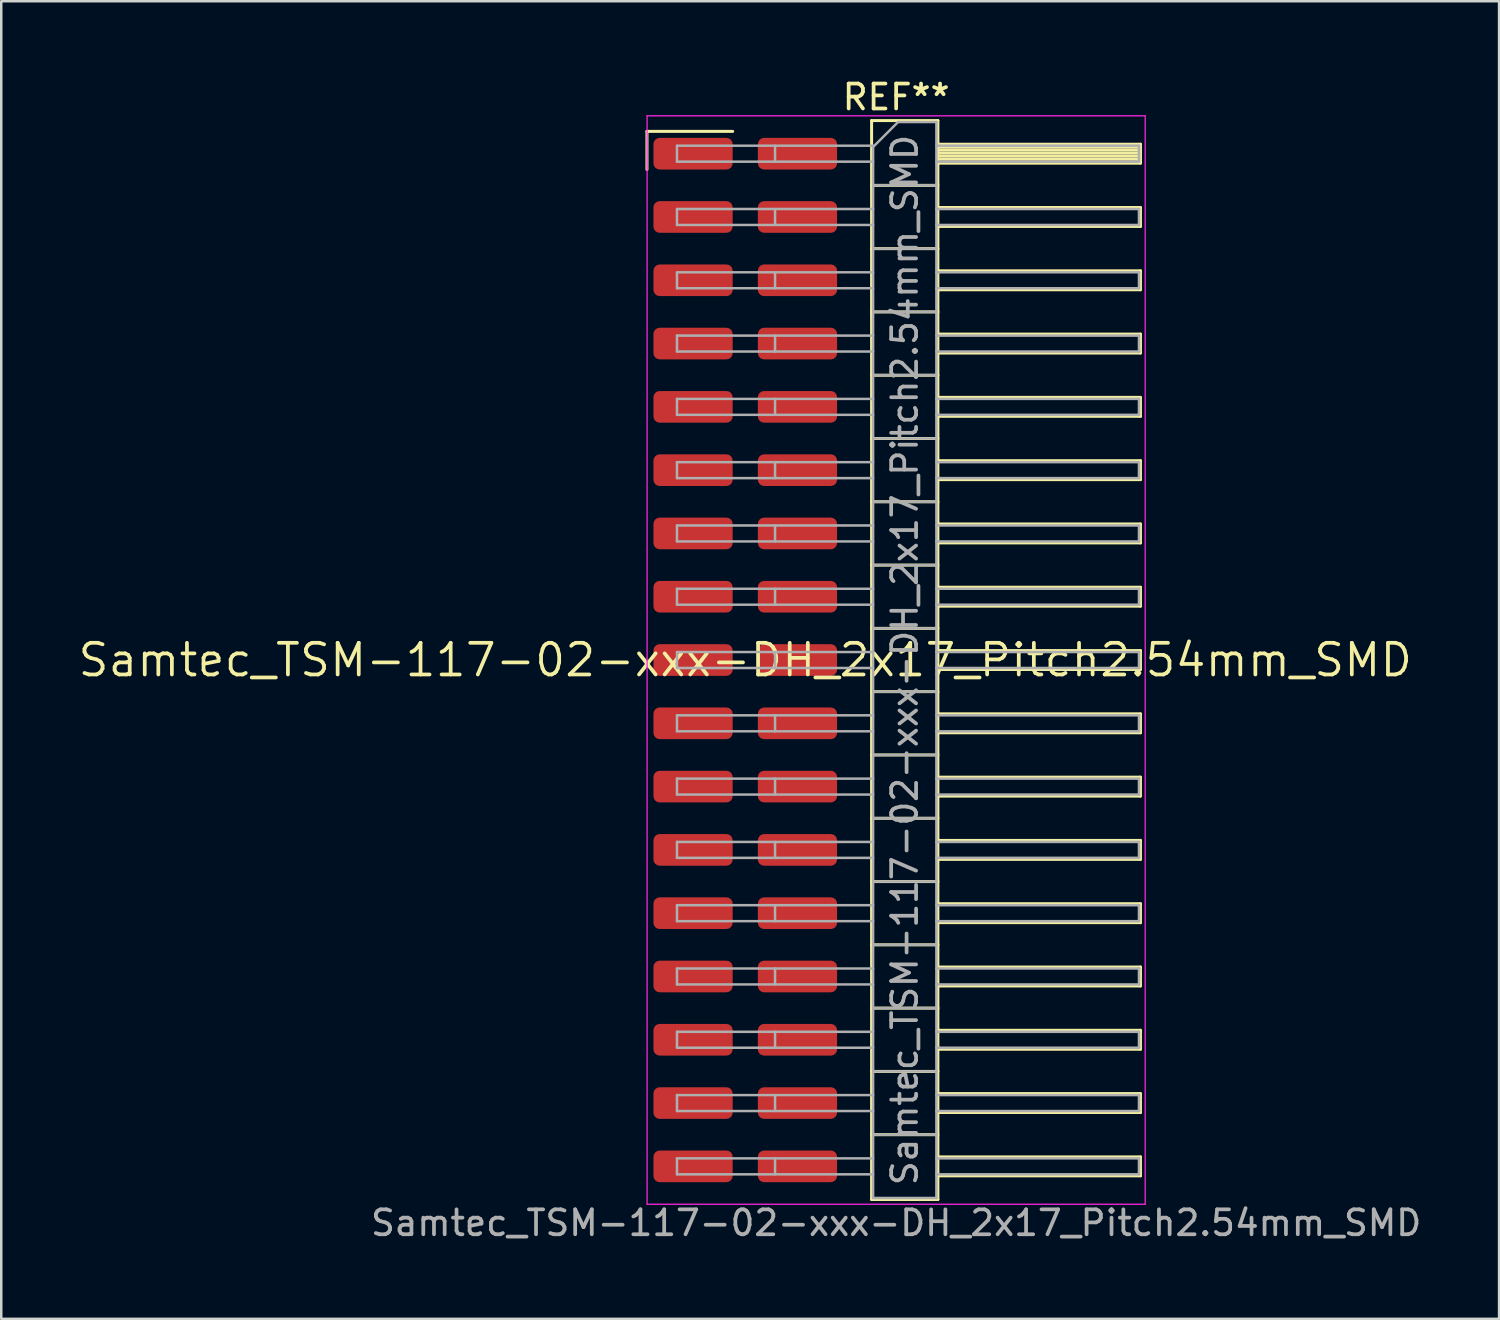
<source format=kicad_pcb>
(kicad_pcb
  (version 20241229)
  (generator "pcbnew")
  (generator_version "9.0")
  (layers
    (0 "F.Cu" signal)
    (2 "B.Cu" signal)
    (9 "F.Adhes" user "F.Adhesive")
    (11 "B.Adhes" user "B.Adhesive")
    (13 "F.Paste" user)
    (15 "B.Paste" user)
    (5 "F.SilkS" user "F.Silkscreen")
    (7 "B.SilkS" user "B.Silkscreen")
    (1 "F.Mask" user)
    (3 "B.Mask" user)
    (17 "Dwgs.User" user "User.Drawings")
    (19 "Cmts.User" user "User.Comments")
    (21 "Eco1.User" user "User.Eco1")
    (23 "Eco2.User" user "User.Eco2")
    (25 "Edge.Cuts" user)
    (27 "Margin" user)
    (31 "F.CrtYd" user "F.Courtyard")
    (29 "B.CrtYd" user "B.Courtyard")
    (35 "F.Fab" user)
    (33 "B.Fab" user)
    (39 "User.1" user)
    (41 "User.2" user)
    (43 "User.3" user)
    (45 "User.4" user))
  (footprint "Samtec_TSM-117-02-xxx-DH_2x17_Pitch2.54mm_SMD"
    (layer "F.Cu")
    (at 26.859 23.438)
    (property "Reference" "Samtec_TSM-117-02-xxx-DH_2x17_Pitch2.54mm_SMD" (at 0 0 0) (layer "F.SilkS") (effects (font (size 1.27 1.27) (thickness 0.15))))
    (attr smd)
    (fp_line (start -3.945 -21.215) (end -0.505 -21.215) (stroke (width 0.12) (type solid)) (layer "F.SilkS"))
    (fp_line (start -3.945 -19.685) (end -3.945 -21.215) (stroke (width 0.12) (type solid)) (layer "F.SilkS"))
    (fp_line (start 5.07 -21.65) (end 7.73 -21.65) (stroke (width 0.12) (type solid)) (layer "F.SilkS"))
    (fp_line (start 5.07 -19.05) (end 7.73 -19.05) (stroke (width 0.12) (type solid)) (layer "F.SilkS"))
    (fp_line (start 5.07 -16.51) (end 7.73 -16.51) (stroke (width 0.12) (type solid)) (layer "F.SilkS"))
    (fp_line (start 5.07 -13.97) (end 7.73 -13.97) (stroke (width 0.12) (type solid)) (layer "F.SilkS"))
    (fp_line (start 5.07 -11.43) (end 7.73 -11.43) (stroke (width 0.12) (type solid)) (layer "F.SilkS"))
    (fp_line (start 5.07 -8.89) (end 7.73 -8.89) (stroke (width 0.12) (type solid)) (layer "F.SilkS"))
    (fp_line (start 5.07 -6.35) (end 7.73 -6.35) (stroke (width 0.12) (type solid)) (layer "F.SilkS"))
    (fp_line (start 5.07 -3.81) (end 7.73 -3.81) (stroke (width 0.12) (type solid)) (layer "F.SilkS"))
    (fp_line (start 5.07 -1.27) (end 7.73 -1.27) (stroke (width 0.12) (type solid)) (layer "F.SilkS"))
    (fp_line (start 5.07 1.27) (end 7.73 1.27) (stroke (width 0.12) (type solid)) (layer "F.SilkS"))
    (fp_line (start 5.07 3.81) (end 7.73 3.81) (stroke (width 0.12) (type solid)) (layer "F.SilkS"))
    (fp_line (start 5.07 6.35) (end 7.73 6.35) (stroke (width 0.12) (type solid)) (layer "F.SilkS"))
    (fp_line (start 5.07 8.89) (end 7.73 8.89) (stroke (width 0.12) (type solid)) (layer "F.SilkS"))
    (fp_line (start 5.07 11.43) (end 7.73 11.43) (stroke (width 0.12) (type solid)) (layer "F.SilkS"))
    (fp_line (start 5.07 13.97) (end 7.73 13.97) (stroke (width 0.12) (type solid)) (layer "F.SilkS"))
    (fp_line (start 5.07 16.51) (end 7.73 16.51) (stroke (width 0.12) (type solid)) (layer "F.SilkS"))
    (fp_line (start 5.07 19.05) (end 7.73 19.05) (stroke (width 0.12) (type solid)) (layer "F.SilkS"))
    (fp_line (start 5.07 21.65) (end 5.07 -21.65) (stroke (width 0.12) (type solid)) (layer "F.SilkS"))
    (fp_line (start 7.73 -21.65) (end 7.73 21.65) (stroke (width 0.12) (type solid)) (layer "F.SilkS"))
    (fp_line (start 7.73 -20.7) (end 15.86 -20.7) (stroke (width 0.12) (type solid)) (layer "F.SilkS"))
    (fp_line (start 7.73 -20.58) (end 15.86 -20.58) (stroke (width 0.12) (type solid)) (layer "F.SilkS"))
    (fp_line (start 7.73 -20.46) (end 15.86 -20.46) (stroke (width 0.12) (type solid)) (layer "F.SilkS"))
    (fp_line (start 7.73 -20.34) (end 15.86 -20.34) (stroke (width 0.12) (type solid)) (layer "F.SilkS"))
    (fp_line (start 7.73 -20.22) (end 15.86 -20.22) (stroke (width 0.12) (type solid)) (layer "F.SilkS"))
    (fp_line (start 7.73 -20.1) (end 15.86 -20.1) (stroke (width 0.12) (type solid)) (layer "F.SilkS"))
    (fp_line (start 7.73 -19.98) (end 15.86 -19.98) (stroke (width 0.12) (type solid)) (layer "F.SilkS"))
    (fp_line (start 7.73 -19.94) (end 15.86 -19.94) (stroke (width 0.12) (type solid)) (layer "F.SilkS"))
    (fp_line (start 7.73 -18.16) (end 15.86 -18.16) (stroke (width 0.12) (type solid)) (layer "F.SilkS"))
    (fp_line (start 7.73 -17.4) (end 15.86 -17.4) (stroke (width 0.12) (type solid)) (layer "F.SilkS"))
    (fp_line (start 7.73 -15.62) (end 15.86 -15.62) (stroke (width 0.12) (type solid)) (layer "F.SilkS"))
    (fp_line (start 7.73 -14.86) (end 15.86 -14.86) (stroke (width 0.12) (type solid)) (layer "F.SilkS"))
    (fp_line (start 7.73 -13.08) (end 15.86 -13.08) (stroke (width 0.12) (type solid)) (layer "F.SilkS"))
    (fp_line (start 7.73 -12.32) (end 15.86 -12.32) (stroke (width 0.12) (type solid)) (layer "F.SilkS"))
    (fp_line (start 7.73 -10.54) (end 15.86 -10.54) (stroke (width 0.12) (type solid)) (layer "F.SilkS"))
    (fp_line (start 7.73 -9.78) (end 15.86 -9.78) (stroke (width 0.12) (type solid)) (layer "F.SilkS"))
    (fp_line (start 7.73 -8) (end 15.86 -8) (stroke (width 0.12) (type solid)) (layer "F.SilkS"))
    (fp_line (start 7.73 -7.24) (end 15.86 -7.24) (stroke (width 0.12) (type solid)) (layer "F.SilkS"))
    (fp_line (start 7.73 -5.46) (end 15.86 -5.46) (stroke (width 0.12) (type solid)) (layer "F.SilkS"))
    (fp_line (start 7.73 -4.7) (end 15.86 -4.7) (stroke (width 0.12) (type solid)) (layer "F.SilkS"))
    (fp_line (start 7.73 -2.92) (end 15.86 -2.92) (stroke (width 0.12) (type solid)) (layer "F.SilkS"))
    (fp_line (start 7.73 -2.16) (end 15.86 -2.16) (stroke (width 0.12) (type solid)) (layer "F.SilkS"))
    (fp_line (start 7.73 -0.38) (end 15.86 -0.38) (stroke (width 0.12) (type solid)) (layer "F.SilkS"))
    (fp_line (start 7.73 0.38) (end 15.86 0.38) (stroke (width 0.12) (type solid)) (layer "F.SilkS"))
    (fp_line (start 7.73 2.16) (end 15.86 2.16) (stroke (width 0.12) (type solid)) (layer "F.SilkS"))
    (fp_line (start 7.73 2.92) (end 15.86 2.92) (stroke (width 0.12) (type solid)) (layer "F.SilkS"))
    (fp_line (start 7.73 4.7) (end 15.86 4.7) (stroke (width 0.12) (type solid)) (layer "F.SilkS"))
    (fp_line (start 7.73 5.46) (end 15.86 5.46) (stroke (width 0.12) (type solid)) (layer "F.SilkS"))
    (fp_line (start 7.73 7.24) (end 15.86 7.24) (stroke (width 0.12) (type solid)) (layer "F.SilkS"))
    (fp_line (start 7.73 8) (end 15.86 8) (stroke (width 0.12) (type solid)) (layer "F.SilkS"))
    (fp_line (start 7.73 9.78) (end 15.86 9.78) (stroke (width 0.12) (type solid)) (layer "F.SilkS"))
    (fp_line (start 7.73 10.54) (end 15.86 10.54) (stroke (width 0.12) (type solid)) (layer "F.SilkS"))
    (fp_line (start 7.73 12.32) (end 15.86 12.32) (stroke (width 0.12) (type solid)) (layer "F.SilkS"))
    (fp_line (start 7.73 13.08) (end 15.86 13.08) (stroke (width 0.12) (type solid)) (layer "F.SilkS"))
    (fp_line (start 7.73 14.86) (end 15.86 14.86) (stroke (width 0.12) (type solid)) (layer "F.SilkS"))
    (fp_line (start 7.73 15.62) (end 15.86 15.62) (stroke (width 0.12) (type solid)) (layer "F.SilkS"))
    (fp_line (start 7.73 17.4) (end 15.86 17.4) (stroke (width 0.12) (type solid)) (layer "F.SilkS"))
    (fp_line (start 7.73 18.16) (end 15.86 18.16) (stroke (width 0.12) (type solid)) (layer "F.SilkS"))
    (fp_line (start 7.73 19.94) (end 15.86 19.94) (stroke (width 0.12) (type solid)) (layer "F.SilkS"))
    (fp_line (start 7.73 20.7) (end 15.86 20.7) (stroke (width 0.12) (type solid)) (layer "F.SilkS"))
    (fp_line (start 7.73 21.65) (end 5.07 21.65) (stroke (width 0.12) (type solid)) (layer "F.SilkS"))
    (fp_line (start 15.86 -20.7) (end 15.86 -19.94) (stroke (width 0.12) (type solid)) (layer "F.SilkS"))
    (fp_line (start 15.86 -18.16) (end 15.86 -17.4) (stroke (width 0.12) (type solid)) (layer "F.SilkS"))
    (fp_line (start 15.86 -15.62) (end 15.86 -14.86) (stroke (width 0.12) (type solid)) (layer "F.SilkS"))
    (fp_line (start 15.86 -13.08) (end 15.86 -12.32) (stroke (width 0.12) (type solid)) (layer "F.SilkS"))
    (fp_line (start 15.86 -10.54) (end 15.86 -9.78) (stroke (width 0.12) (type solid)) (layer "F.SilkS"))
    (fp_line (start 15.86 -8) (end 15.86 -7.24) (stroke (width 0.12) (type solid)) (layer "F.SilkS"))
    (fp_line (start 15.86 -5.46) (end 15.86 -4.7) (stroke (width 0.12) (type solid)) (layer "F.SilkS"))
    (fp_line (start 15.86 -2.92) (end 15.86 -2.16) (stroke (width 0.12) (type solid)) (layer "F.SilkS"))
    (fp_line (start 15.86 -0.38) (end 15.86 0.38) (stroke (width 0.12) (type solid)) (layer "F.SilkS"))
    (fp_line (start 15.86 2.16) (end 15.86 2.92) (stroke (width 0.12) (type solid)) (layer "F.SilkS"))
    (fp_line (start 15.86 4.7) (end 15.86 5.46) (stroke (width 0.12) (type solid)) (layer "F.SilkS"))
    (fp_line (start 15.86 7.24) (end 15.86 8) (stroke (width 0.12) (type solid)) (layer "F.SilkS"))
    (fp_line (start 15.86 9.78) (end 15.86 10.54) (stroke (width 0.12) (type solid)) (layer "F.SilkS"))
    (fp_line (start 15.86 12.32) (end 15.86 13.08) (stroke (width 0.12) (type solid)) (layer "F.SilkS"))
    (fp_line (start 15.86 14.86) (end 15.86 15.62) (stroke (width 0.12) (type solid)) (layer "F.SilkS"))
    (fp_line (start 15.86 17.4) (end 15.86 18.16) (stroke (width 0.12) (type solid)) (layer "F.SilkS"))
    (fp_line (start 15.86 19.94) (end 15.86 20.7) (stroke (width 0.12) (type solid)) (layer "F.SilkS"))
    (fp_line (start -3.94 -21.84) (end 16.05 -21.84) (stroke (width 0.05) (type solid)) (layer "F.CrtYd"))
    (fp_line (start -3.94 21.84) (end -3.94 -21.84) (stroke (width 0.05) (type solid)) (layer "F.CrtYd"))
    (fp_line (start 16.05 -21.84) (end 16.05 21.84) (stroke (width 0.05) (type solid)) (layer "F.CrtYd"))
    (fp_line (start 16.05 21.84) (end -3.94 21.84) (stroke (width 0.05) (type solid)) (layer "F.CrtYd"))
    (fp_line (start -2.74 -20.64) (end -2.74 -20) (stroke (width 0.1) (type solid)) (layer "F.Fab"))
    (fp_line (start -2.74 -20.64) (end 5.13 -20.64) (stroke (width 0.1) (type solid)) (layer "F.Fab"))
    (fp_line (start -2.74 -20) (end 5.13 -20) (stroke (width 0.1) (type solid)) (layer "F.Fab"))
    (fp_line (start -2.74 -18.1) (end -2.74 -17.46) (stroke (width 0.1) (type solid)) (layer "F.Fab"))
    (fp_line (start -2.74 -18.1) (end 5.13 -18.1) (stroke (width 0.1) (type solid)) (layer "F.Fab"))
    (fp_line (start -2.74 -17.46) (end 5.13 -17.46) (stroke (width 0.1) (type solid)) (layer "F.Fab"))
    (fp_line (start -2.74 -15.56) (end -2.74 -14.92) (stroke (width 0.1) (type solid)) (layer "F.Fab"))
    (fp_line (start -2.74 -15.56) (end 5.13 -15.56) (stroke (width 0.1) (type solid)) (layer "F.Fab"))
    (fp_line (start -2.74 -14.92) (end 5.13 -14.92) (stroke (width 0.1) (type solid)) (layer "F.Fab"))
    (fp_line (start -2.74 -13.02) (end -2.74 -12.38) (stroke (width 0.1) (type solid)) (layer "F.Fab"))
    (fp_line (start -2.74 -13.02) (end 5.13 -13.02) (stroke (width 0.1) (type solid)) (layer "F.Fab"))
    (fp_line (start -2.74 -12.38) (end 5.13 -12.38) (stroke (width 0.1) (type solid)) (layer "F.Fab"))
    (fp_line (start -2.74 -10.48) (end -2.74 -9.84) (stroke (width 0.1) (type solid)) (layer "F.Fab"))
    (fp_line (start -2.74 -10.48) (end 5.13 -10.48) (stroke (width 0.1) (type solid)) (layer "F.Fab"))
    (fp_line (start -2.74 -9.84) (end 5.13 -9.84) (stroke (width 0.1) (type solid)) (layer "F.Fab"))
    (fp_line (start -2.74 -7.94) (end -2.74 -7.3) (stroke (width 0.1) (type solid)) (layer "F.Fab"))
    (fp_line (start -2.74 -7.94) (end 5.13 -7.94) (stroke (width 0.1) (type solid)) (layer "F.Fab"))
    (fp_line (start -2.74 -7.3) (end 5.13 -7.3) (stroke (width 0.1) (type solid)) (layer "F.Fab"))
    (fp_line (start -2.74 -5.4) (end -2.74 -4.76) (stroke (width 0.1) (type solid)) (layer "F.Fab"))
    (fp_line (start -2.74 -5.4) (end 5.13 -5.4) (stroke (width 0.1) (type solid)) (layer "F.Fab"))
    (fp_line (start -2.74 -4.76) (end 5.13 -4.76) (stroke (width 0.1) (type solid)) (layer "F.Fab"))
    (fp_line (start -2.74 -2.86) (end -2.74 -2.22) (stroke (width 0.1) (type solid)) (layer "F.Fab"))
    (fp_line (start -2.74 -2.86) (end 5.13 -2.86) (stroke (width 0.1) (type solid)) (layer "F.Fab"))
    (fp_line (start -2.74 -2.22) (end 5.13 -2.22) (stroke (width 0.1) (type solid)) (layer "F.Fab"))
    (fp_line (start -2.74 -0.32) (end -2.74 0.32) (stroke (width 0.1) (type solid)) (layer "F.Fab"))
    (fp_line (start -2.74 -0.32) (end 5.13 -0.32) (stroke (width 0.1) (type solid)) (layer "F.Fab"))
    (fp_line (start -2.74 0.32) (end 5.13 0.32) (stroke (width 0.1) (type solid)) (layer "F.Fab"))
    (fp_line (start -2.74 2.22) (end -2.74 2.86) (stroke (width 0.1) (type solid)) (layer "F.Fab"))
    (fp_line (start -2.74 2.22) (end 5.13 2.22) (stroke (width 0.1) (type solid)) (layer "F.Fab"))
    (fp_line (start -2.74 2.86) (end 5.13 2.86) (stroke (width 0.1) (type solid)) (layer "F.Fab"))
    (fp_line (start -2.74 4.76) (end -2.74 5.4) (stroke (width 0.1) (type solid)) (layer "F.Fab"))
    (fp_line (start -2.74 4.76) (end 5.13 4.76) (stroke (width 0.1) (type solid)) (layer "F.Fab"))
    (fp_line (start -2.74 5.4) (end 5.13 5.4) (stroke (width 0.1) (type solid)) (layer "F.Fab"))
    (fp_line (start -2.74 7.3) (end -2.74 7.94) (stroke (width 0.1) (type solid)) (layer "F.Fab"))
    (fp_line (start -2.74 7.3) (end 5.13 7.3) (stroke (width 0.1) (type solid)) (layer "F.Fab"))
    (fp_line (start -2.74 7.94) (end 5.13 7.94) (stroke (width 0.1) (type solid)) (layer "F.Fab"))
    (fp_line (start -2.74 9.84) (end -2.74 10.48) (stroke (width 0.1) (type solid)) (layer "F.Fab"))
    (fp_line (start -2.74 9.84) (end 5.13 9.84) (stroke (width 0.1) (type solid)) (layer "F.Fab"))
    (fp_line (start -2.74 10.48) (end 5.13 10.48) (stroke (width 0.1) (type solid)) (layer "F.Fab"))
    (fp_line (start -2.74 12.38) (end -2.74 13.02) (stroke (width 0.1) (type solid)) (layer "F.Fab"))
    (fp_line (start -2.74 12.38) (end 5.13 12.38) (stroke (width 0.1) (type solid)) (layer "F.Fab"))
    (fp_line (start -2.74 13.02) (end 5.13 13.02) (stroke (width 0.1) (type solid)) (layer "F.Fab"))
    (fp_line (start -2.74 14.92) (end -2.74 15.56) (stroke (width 0.1) (type solid)) (layer "F.Fab"))
    (fp_line (start -2.74 14.92) (end 5.13 14.92) (stroke (width 0.1) (type solid)) (layer "F.Fab"))
    (fp_line (start -2.74 15.56) (end 5.13 15.56) (stroke (width 0.1) (type solid)) (layer "F.Fab"))
    (fp_line (start -2.74 17.46) (end -2.74 18.1) (stroke (width 0.1) (type solid)) (layer "F.Fab"))
    (fp_line (start -2.74 17.46) (end 5.13 17.46) (stroke (width 0.1) (type solid)) (layer "F.Fab"))
    (fp_line (start -2.74 18.1) (end 5.13 18.1) (stroke (width 0.1) (type solid)) (layer "F.Fab"))
    (fp_line (start -2.74 20) (end -2.74 20.64) (stroke (width 0.1) (type solid)) (layer "F.Fab"))
    (fp_line (start -2.74 20) (end 5.13 20) (stroke (width 0.1) (type solid)) (layer "F.Fab"))
    (fp_line (start -2.74 20.64) (end 5.13 20.64) (stroke (width 0.1) (type solid)) (layer "F.Fab"))
    (fp_line (start 1.195 -20.64) (end 1.195 -20) (stroke (width 0.1) (type solid)) (layer "F.Fab"))
    (fp_line (start 1.195 -18.1) (end 1.195 -17.46) (stroke (width 0.1) (type solid)) (layer "F.Fab"))
    (fp_line (start 1.195 -15.56) (end 1.195 -14.92) (stroke (width 0.1) (type solid)) (layer "F.Fab"))
    (fp_line (start 1.195 -13.02) (end 1.195 -12.38) (stroke (width 0.1) (type solid)) (layer "F.Fab"))
    (fp_line (start 1.195 -10.48) (end 1.195 -9.84) (stroke (width 0.1) (type solid)) (layer "F.Fab"))
    (fp_line (start 1.195 -7.94) (end 1.195 -7.3) (stroke (width 0.1) (type solid)) (layer "F.Fab"))
    (fp_line (start 1.195 -5.4) (end 1.195 -4.76) (stroke (width 0.1) (type solid)) (layer "F.Fab"))
    (fp_line (start 1.195 -2.86) (end 1.195 -2.22) (stroke (width 0.1) (type solid)) (layer "F.Fab"))
    (fp_line (start 1.195 -0.32) (end 1.195 0.32) (stroke (width 0.1) (type solid)) (layer "F.Fab"))
    (fp_line (start 1.195 2.22) (end 1.195 2.86) (stroke (width 0.1) (type solid)) (layer "F.Fab"))
    (fp_line (start 1.195 4.76) (end 1.195 5.4) (stroke (width 0.1) (type solid)) (layer "F.Fab"))
    (fp_line (start 1.195 7.3) (end 1.195 7.94) (stroke (width 0.1) (type solid)) (layer "F.Fab"))
    (fp_line (start 1.195 9.84) (end 1.195 10.48) (stroke (width 0.1) (type solid)) (layer "F.Fab"))
    (fp_line (start 1.195 12.38) (end 1.195 13.02) (stroke (width 0.1) (type solid)) (layer "F.Fab"))
    (fp_line (start 1.195 14.92) (end 1.195 15.56) (stroke (width 0.1) (type solid)) (layer "F.Fab"))
    (fp_line (start 1.195 17.46) (end 1.195 18.1) (stroke (width 0.1) (type solid)) (layer "F.Fab"))
    (fp_line (start 1.195 20) (end 1.195 20.64) (stroke (width 0.1) (type solid)) (layer "F.Fab"))
    (fp_line (start 5.13 -20.59) (end 6.13 -21.59) (stroke (width 0.1) (type solid)) (layer "F.Fab"))
    (fp_line (start 5.13 -19.05) (end 7.67 -19.05) (stroke (width 0.1) (type solid)) (layer "F.Fab"))
    (fp_line (start 5.13 -16.51) (end 7.67 -16.51) (stroke (width 0.1) (type solid)) (layer "F.Fab"))
    (fp_line (start 5.13 -13.97) (end 7.67 -13.97) (stroke (width 0.1) (type solid)) (layer "F.Fab"))
    (fp_line (start 5.13 -11.43) (end 7.67 -11.43) (stroke (width 0.1) (type solid)) (layer "F.Fab"))
    (fp_line (start 5.13 -8.89) (end 7.67 -8.89) (stroke (width 0.1) (type solid)) (layer "F.Fab"))
    (fp_line (start 5.13 -6.35) (end 7.67 -6.35) (stroke (width 0.1) (type solid)) (layer "F.Fab"))
    (fp_line (start 5.13 -3.81) (end 7.67 -3.81) (stroke (width 0.1) (type solid)) (layer "F.Fab"))
    (fp_line (start 5.13 -1.27) (end 7.67 -1.27) (stroke (width 0.1) (type solid)) (layer "F.Fab"))
    (fp_line (start 5.13 1.27) (end 7.67 1.27) (stroke (width 0.1) (type solid)) (layer "F.Fab"))
    (fp_line (start 5.13 3.81) (end 7.67 3.81) (stroke (width 0.1) (type solid)) (layer "F.Fab"))
    (fp_line (start 5.13 6.35) (end 7.67 6.35) (stroke (width 0.1) (type solid)) (layer "F.Fab"))
    (fp_line (start 5.13 8.89) (end 7.67 8.89) (stroke (width 0.1) (type solid)) (layer "F.Fab"))
    (fp_line (start 5.13 11.43) (end 7.67 11.43) (stroke (width 0.1) (type solid)) (layer "F.Fab"))
    (fp_line (start 5.13 13.97) (end 7.67 13.97) (stroke (width 0.1) (type solid)) (layer "F.Fab"))
    (fp_line (start 5.13 16.51) (end 7.67 16.51) (stroke (width 0.1) (type solid)) (layer "F.Fab"))
    (fp_line (start 5.13 19.05) (end 7.67 19.05) (stroke (width 0.1) (type solid)) (layer "F.Fab"))
    (fp_line (start 5.13 21.59) (end 5.13 -20.59) (stroke (width 0.1) (type solid)) (layer "F.Fab"))
    (fp_line (start 6.13 -21.59) (end 7.67 -21.59) (stroke (width 0.1) (type solid)) (layer "F.Fab"))
    (fp_line (start 7.67 -21.59) (end 7.67 21.59) (stroke (width 0.1) (type solid)) (layer "F.Fab"))
    (fp_line (start 7.67 -20.64) (end 15.8 -20.64) (stroke (width 0.1) (type solid)) (layer "F.Fab"))
    (fp_line (start 7.67 -20) (end 15.8 -20) (stroke (width 0.1) (type solid)) (layer "F.Fab"))
    (fp_line (start 7.67 -18.1) (end 15.8 -18.1) (stroke (width 0.1) (type solid)) (layer "F.Fab"))
    (fp_line (start 7.67 -17.46) (end 15.8 -17.46) (stroke (width 0.1) (type solid)) (layer "F.Fab"))
    (fp_line (start 7.67 -15.56) (end 15.8 -15.56) (stroke (width 0.1) (type solid)) (layer "F.Fab"))
    (fp_line (start 7.67 -14.92) (end 15.8 -14.92) (stroke (width 0.1) (type solid)) (layer "F.Fab"))
    (fp_line (start 7.67 -13.02) (end 15.8 -13.02) (stroke (width 0.1) (type solid)) (layer "F.Fab"))
    (fp_line (start 7.67 -12.38) (end 15.8 -12.38) (stroke (width 0.1) (type solid)) (layer "F.Fab"))
    (fp_line (start 7.67 -10.48) (end 15.8 -10.48) (stroke (width 0.1) (type solid)) (layer "F.Fab"))
    (fp_line (start 7.67 -9.84) (end 15.8 -9.84) (stroke (width 0.1) (type solid)) (layer "F.Fab"))
    (fp_line (start 7.67 -7.94) (end 15.8 -7.94) (stroke (width 0.1) (type solid)) (layer "F.Fab"))
    (fp_line (start 7.67 -7.3) (end 15.8 -7.3) (stroke (width 0.1) (type solid)) (layer "F.Fab"))
    (fp_line (start 7.67 -5.4) (end 15.8 -5.4) (stroke (width 0.1) (type solid)) (layer "F.Fab"))
    (fp_line (start 7.67 -4.76) (end 15.8 -4.76) (stroke (width 0.1) (type solid)) (layer "F.Fab"))
    (fp_line (start 7.67 -2.86) (end 15.8 -2.86) (stroke (width 0.1) (type solid)) (layer "F.Fab"))
    (fp_line (start 7.67 -2.22) (end 15.8 -2.22) (stroke (width 0.1) (type solid)) (layer "F.Fab"))
    (fp_line (start 7.67 -0.32) (end 15.8 -0.32) (stroke (width 0.1) (type solid)) (layer "F.Fab"))
    (fp_line (start 7.67 0.32) (end 15.8 0.32) (stroke (width 0.1) (type solid)) (layer "F.Fab"))
    (fp_line (start 7.67 2.22) (end 15.8 2.22) (stroke (width 0.1) (type solid)) (layer "F.Fab"))
    (fp_line (start 7.67 2.86) (end 15.8 2.86) (stroke (width 0.1) (type solid)) (layer "F.Fab"))
    (fp_line (start 7.67 4.76) (end 15.8 4.76) (stroke (width 0.1) (type solid)) (layer "F.Fab"))
    (fp_line (start 7.67 5.4) (end 15.8 5.4) (stroke (width 0.1) (type solid)) (layer "F.Fab"))
    (fp_line (start 7.67 7.3) (end 15.8 7.3) (stroke (width 0.1) (type solid)) (layer "F.Fab"))
    (fp_line (start 7.67 7.94) (end 15.8 7.94) (stroke (width 0.1) (type solid)) (layer "F.Fab"))
    (fp_line (start 7.67 9.84) (end 15.8 9.84) (stroke (width 0.1) (type solid)) (layer "F.Fab"))
    (fp_line (start 7.67 10.48) (end 15.8 10.48) (stroke (width 0.1) (type solid)) (layer "F.Fab"))
    (fp_line (start 7.67 12.38) (end 15.8 12.38) (stroke (width 0.1) (type solid)) (layer "F.Fab"))
    (fp_line (start 7.67 13.02) (end 15.8 13.02) (stroke (width 0.1) (type solid)) (layer "F.Fab"))
    (fp_line (start 7.67 14.92) (end 15.8 14.92) (stroke (width 0.1) (type solid)) (layer "F.Fab"))
    (fp_line (start 7.67 15.56) (end 15.8 15.56) (stroke (width 0.1) (type solid)) (layer "F.Fab"))
    (fp_line (start 7.67 17.46) (end 15.8 17.46) (stroke (width 0.1) (type solid)) (layer "F.Fab"))
    (fp_line (start 7.67 18.1) (end 15.8 18.1) (stroke (width 0.1) (type solid)) (layer "F.Fab"))
    (fp_line (start 7.67 20) (end 15.8 20) (stroke (width 0.1) (type solid)) (layer "F.Fab"))
    (fp_line (start 7.67 20.64) (end 15.8 20.64) (stroke (width 0.1) (type solid)) (layer "F.Fab"))
    (fp_line (start 7.67 21.59) (end 5.13 21.59) (stroke (width 0.1) (type solid)) (layer "F.Fab"))
    (fp_line (start 15.8 -20.64) (end 15.8 -20) (stroke (width 0.1) (type solid)) (layer "F.Fab"))
    (fp_line (start 15.8 -18.1) (end 15.8 -17.46) (stroke (width 0.1) (type solid)) (layer "F.Fab"))
    (fp_line (start 15.8 -15.56) (end 15.8 -14.92) (stroke (width 0.1) (type solid)) (layer "F.Fab"))
    (fp_line (start 15.8 -13.02) (end 15.8 -12.38) (stroke (width 0.1) (type solid)) (layer "F.Fab"))
    (fp_line (start 15.8 -10.48) (end 15.8 -9.84) (stroke (width 0.1) (type solid)) (layer "F.Fab"))
    (fp_line (start 15.8 -7.94) (end 15.8 -7.3) (stroke (width 0.1) (type solid)) (layer "F.Fab"))
    (fp_line (start 15.8 -5.4) (end 15.8 -4.76) (stroke (width 0.1) (type solid)) (layer "F.Fab"))
    (fp_line (start 15.8 -2.86) (end 15.8 -2.22) (stroke (width 0.1) (type solid)) (layer "F.Fab"))
    (fp_line (start 15.8 -0.32) (end 15.8 0.32) (stroke (width 0.1) (type solid)) (layer "F.Fab"))
    (fp_line (start 15.8 2.22) (end 15.8 2.86) (stroke (width 0.1) (type solid)) (layer "F.Fab"))
    (fp_line (start 15.8 4.76) (end 15.8 5.4) (stroke (width 0.1) (type solid)) (layer "F.Fab"))
    (fp_line (start 15.8 7.3) (end 15.8 7.94) (stroke (width 0.1) (type solid)) (layer "F.Fab"))
    (fp_line (start 15.8 9.84) (end 15.8 10.48) (stroke (width 0.1) (type solid)) (layer "F.Fab"))
    (fp_line (start 15.8 12.38) (end 15.8 13.02) (stroke (width 0.1) (type solid)) (layer "F.Fab"))
    (fp_line (start 15.8 14.92) (end 15.8 15.56) (stroke (width 0.1) (type solid)) (layer "F.Fab"))
    (fp_line (start 15.8 17.46) (end 15.8 18.1) (stroke (width 0.1) (type solid)) (layer "F.Fab"))
    (fp_line (start 15.8 20) (end 15.8 20.64) (stroke (width 0.1) (type solid)) (layer "F.Fab"))
    (fp_text user "REF**" (at 6.055 -22.59 0) (layer "F.SilkS") (effects (font (size 1 1) (thickness 0.15))))
    (fp_text user "${REFERENCE}" (at 6.4 0 90) (layer "F.Fab") (effects (font (size 1 1) (thickness 0.15))))
    (fp_text user "Samtec_TSM-117-02-xxx-DH_2x17_Pitch2.54mm_SMD" (at 6.055 22.59 0) (layer "F.Fab") (effects (font (size 1 1) (thickness 0.15))))
    (pad "1" smd roundrect (at -2.095 -20.32) (size 3.18 1.27) (layers "F.Cu" "F.Mask" "F.Paste") (roundrect_rratio 0.197))
    (pad "2" smd roundrect (at 2.095 -20.32) (size 3.18 1.27) (layers "F.Cu" "F.Mask" "F.Paste") (roundrect_rratio 0.197))
    (pad "3" smd roundrect (at -2.095 -17.78) (size 3.18 1.27) (layers "F.Cu" "F.Mask" "F.Paste") (roundrect_rratio 0.197))
    (pad "4" smd roundrect (at 2.095 -17.78) (size 3.18 1.27) (layers "F.Cu" "F.Mask" "F.Paste") (roundrect_rratio 0.197))
    (pad "5" smd roundrect (at -2.095 -15.24) (size 3.18 1.27) (layers "F.Cu" "F.Mask" "F.Paste") (roundrect_rratio 0.197))
    (pad "6" smd roundrect (at 2.095 -15.24) (size 3.18 1.27) (layers "F.Cu" "F.Mask" "F.Paste") (roundrect_rratio 0.197))
    (pad "7" smd roundrect (at -2.095 -12.7) (size 3.18 1.27) (layers "F.Cu" "F.Mask" "F.Paste") (roundrect_rratio 0.197))
    (pad "8" smd roundrect (at 2.095 -12.7) (size 3.18 1.27) (layers "F.Cu" "F.Mask" "F.Paste") (roundrect_rratio 0.197))
    (pad "9" smd roundrect (at -2.095 -10.16) (size 3.18 1.27) (layers "F.Cu" "F.Mask" "F.Paste") (roundrect_rratio 0.197))
    (pad "10" smd roundrect (at 2.095 -10.16) (size 3.18 1.27) (layers "F.Cu" "F.Mask" "F.Paste") (roundrect_rratio 0.197))
    (pad "11" smd roundrect (at -2.095 -7.62) (size 3.18 1.27) (layers "F.Cu" "F.Mask" "F.Paste") (roundrect_rratio 0.197))
    (pad "12" smd roundrect (at 2.095 -7.62) (size 3.18 1.27) (layers "F.Cu" "F.Mask" "F.Paste") (roundrect_rratio 0.197))
    (pad "13" smd roundrect (at -2.095 -5.08) (size 3.18 1.27) (layers "F.Cu" "F.Mask" "F.Paste") (roundrect_rratio 0.197))
    (pad "14" smd roundrect (at 2.095 -5.08) (size 3.18 1.27) (layers "F.Cu" "F.Mask" "F.Paste") (roundrect_rratio 0.197))
    (pad "15" smd roundrect (at -2.095 -2.54) (size 3.18 1.27) (layers "F.Cu" "F.Mask" "F.Paste") (roundrect_rratio 0.197))
    (pad "16" smd roundrect (at 2.095 -2.54) (size 3.18 1.27) (layers "F.Cu" "F.Mask" "F.Paste") (roundrect_rratio 0.197))
    (pad "17" smd roundrect (at -2.095 0) (size 3.18 1.27) (layers "F.Cu" "F.Mask" "F.Paste") (roundrect_rratio 0.197))
    (pad "18" smd roundrect (at 2.095 0) (size 3.18 1.27) (layers "F.Cu" "F.Mask" "F.Paste") (roundrect_rratio 0.197))
    (pad "19" smd roundrect (at -2.095 2.54) (size 3.18 1.27) (layers "F.Cu" "F.Mask" "F.Paste") (roundrect_rratio 0.197))
    (pad "20" smd roundrect (at 2.095 2.54) (size 3.18 1.27) (layers "F.Cu" "F.Mask" "F.Paste") (roundrect_rratio 0.197))
    (pad "21" smd roundrect (at -2.095 5.08) (size 3.18 1.27) (layers "F.Cu" "F.Mask" "F.Paste") (roundrect_rratio 0.197))
    (pad "22" smd roundrect (at 2.095 5.08) (size 3.18 1.27) (layers "F.Cu" "F.Mask" "F.Paste") (roundrect_rratio 0.197))
    (pad "23" smd roundrect (at -2.095 7.62) (size 3.18 1.27) (layers "F.Cu" "F.Mask" "F.Paste") (roundrect_rratio 0.197))
    (pad "24" smd roundrect (at 2.095 7.62) (size 3.18 1.27) (layers "F.Cu" "F.Mask" "F.Paste") (roundrect_rratio 0.197))
    (pad "25" smd roundrect (at -2.095 10.16) (size 3.18 1.27) (layers "F.Cu" "F.Mask" "F.Paste") (roundrect_rratio 0.197))
    (pad "26" smd roundrect (at 2.095 10.16) (size 3.18 1.27) (layers "F.Cu" "F.Mask" "F.Paste") (roundrect_rratio 0.197))
    (pad "27" smd roundrect (at -2.095 12.7) (size 3.18 1.27) (layers "F.Cu" "F.Mask" "F.Paste") (roundrect_rratio 0.197))
    (pad "28" smd roundrect (at 2.095 12.7) (size 3.18 1.27) (layers "F.Cu" "F.Mask" "F.Paste") (roundrect_rratio 0.197))
    (pad "29" smd roundrect (at -2.095 15.24) (size 3.18 1.27) (layers "F.Cu" "F.Mask" "F.Paste") (roundrect_rratio 0.197))
    (pad "30" smd roundrect (at 2.095 15.24) (size 3.18 1.27) (layers "F.Cu" "F.Mask" "F.Paste") (roundrect_rratio 0.197))
    (pad "31" smd roundrect (at -2.095 17.78) (size 3.18 1.27) (layers "F.Cu" "F.Mask" "F.Paste") (roundrect_rratio 0.197))
    (pad "32" smd roundrect (at 2.095 17.78) (size 3.18 1.27) (layers "F.Cu" "F.Mask" "F.Paste") (roundrect_rratio 0.197))
    (pad "33" smd roundrect (at -2.095 20.32) (size 3.18 1.27) (layers "F.Cu" "F.Mask" "F.Paste") (roundrect_rratio 0.197))
    (pad "34" smd roundrect (at 2.095 20.32) (size 3.18 1.27) (layers "F.Cu" "F.Mask" "F.Paste") (roundrect_rratio 0.197)))
  (gr_rect
    (start -3 -3)
    (end 57.11 49.877)
    (stroke (width 0.1) (type default))
    (fill no)
    (layer "Edge.Cuts")))
</source>
